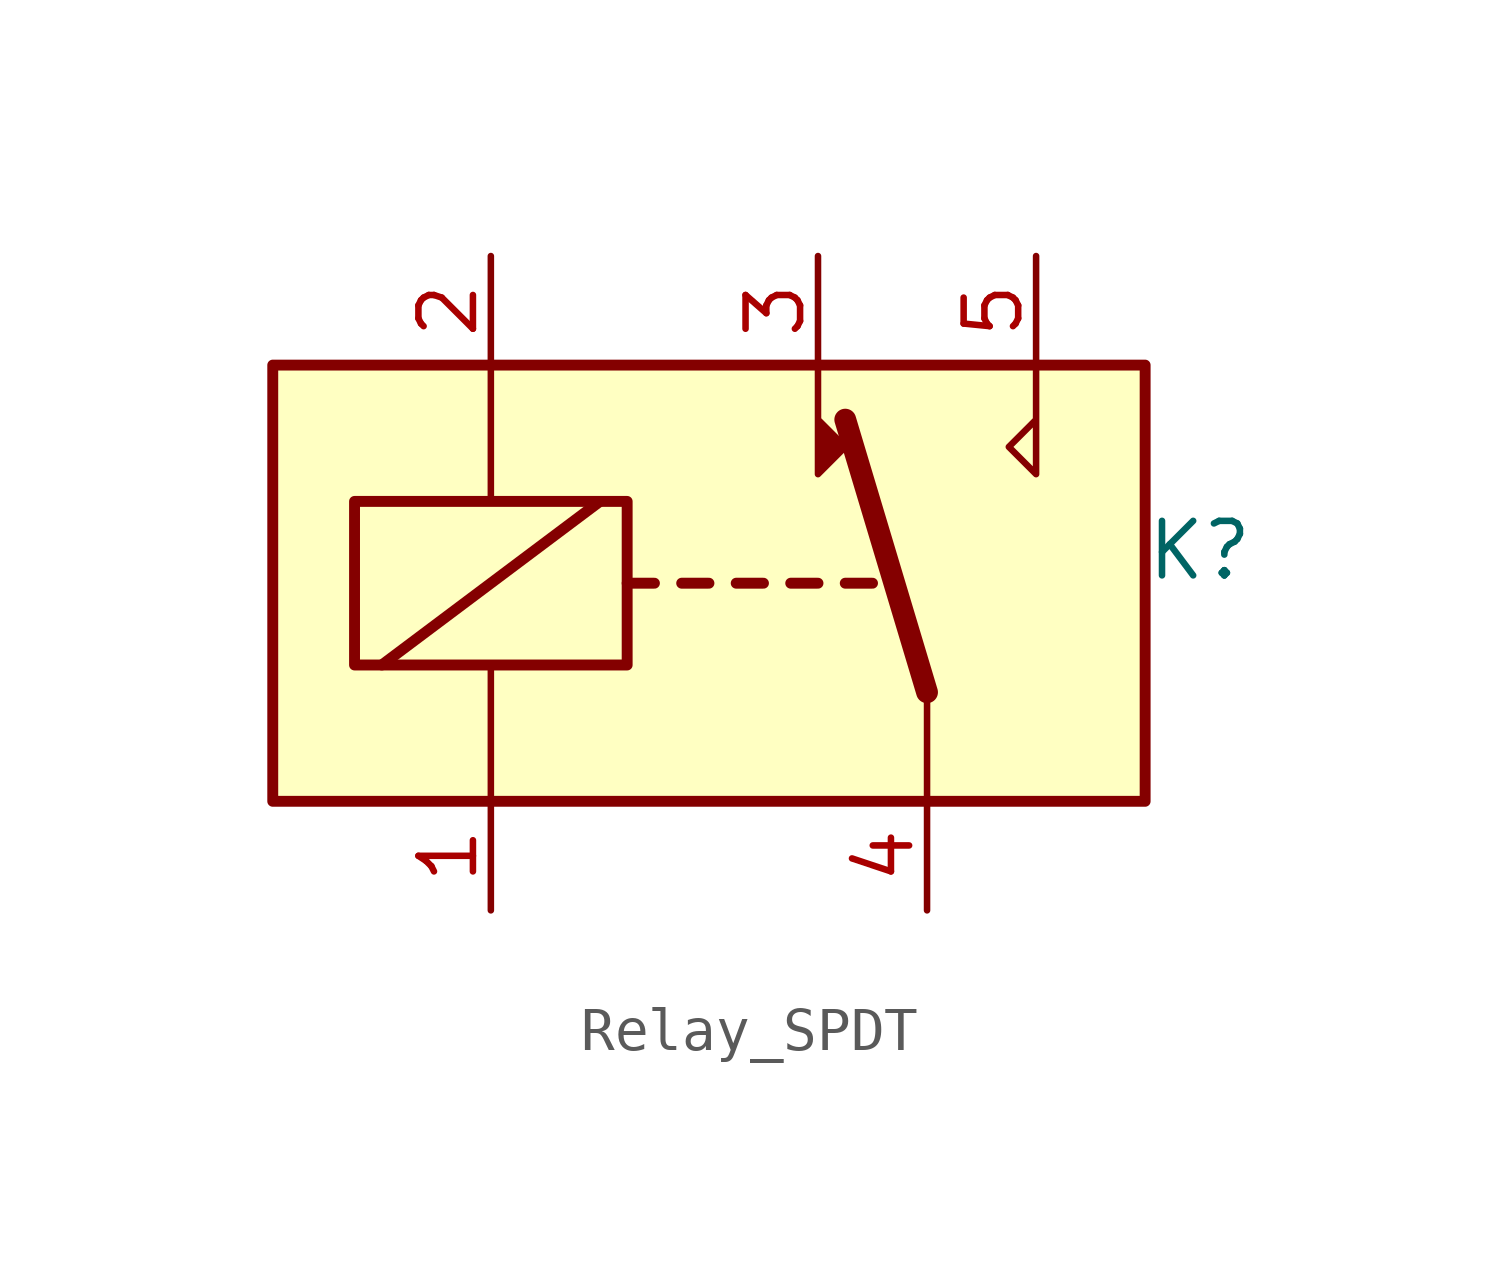
<source format=kicad_sym>
(kicad_symbol_lib
  (version 20241209)
  (generator "kicad_symbol_editor")
  (generator_version "9.0")
  (symbol "Relay_SPDT"
    (property "Reference" "K"
      (at 11.43 0.762 0)
      (effects (font (size 1.27 1.27))))
    (property "Value" ""
      (at 0 0 0)
      (effects (font (size 1.27 1.27))))
    (symbol "Relay_SPDT_0_0"
      (polyline (pts (xy 7.62 5.08) (xy 7.62 2.54) (xy 6.985 3.175) (xy 7.62 3.81)) (stroke (width 0) (type default)) (fill (type none))))
    (symbol "Relay_SPDT_0_1"
      (rectangle (start -10.16 5.08) (end 10.16 -5.08) (stroke (width 0.254) (type default)) (fill (type background)))
      (rectangle (start -8.255 1.905) (end -1.905 -1.905) (stroke (width 0.254) (type default)) (fill (type none)))
      (polyline (pts (xy -7.62 -1.905) (xy -2.54 1.905)) (stroke (width 0.254) (type default)) (fill (type none)))
      (polyline (pts (xy -5.08 5.08) (xy -5.08 1.905)) (stroke (width 0) (type default)) (fill (type none)))
      (polyline (pts (xy -5.08 -5.08) (xy -5.08 -1.905)) (stroke (width 0) (type default)) (fill (type none)))
      (polyline (pts (xy -1.905 0) (xy -1.27 0)) (stroke (width 0.254) (type default)) (fill (type none)))
      (polyline (pts (xy -0.635 0) (xy 0 0)) (stroke (width 0.254) (type default)) (fill (type none)))
      (polyline (pts (xy 0.635 0) (xy 1.27 0)) (stroke (width 0.254) (type default)) (fill (type none)))
      (polyline (pts (xy 1.905 0) (xy 2.54 0)) (stroke (width 0.254) (type default)) (fill (type none)))
      (polyline (pts (xy 2.54 5.08) (xy 2.54 2.54) (xy 3.175 3.175) (xy 2.54 3.81)) (stroke (width 0) (type default)) (fill (type outline)))
      (polyline (pts (xy 3.175 0) (xy 3.81 0)) (stroke (width 0.254) (type default)) (fill (type none)))
      (polyline (pts (xy 5.08 -2.54) (xy 3.175 3.81)) (stroke (width 0.508) (type default)) (fill (type none)))
      (polyline (pts (xy 5.08 -2.54) (xy 5.08 -5.08)) (stroke (width 0) (type default)) (fill (type none))))
    (symbol "Relay_SPDT_1_1"
      (pin input line (at -5.08 7.62 270) (length 2.54) (name "" (effects (font (size 1.27 1.27)))) (number "2" (effects (font (size 1.27 1.27)))))
      (pin input line (at -5.08 -7.62 90) (length 2.54) (name "" (effects (font (size 1.27 1.27)))) (number "1" (effects (font (size 1.27 1.27)))))
      (pin passive line (at 2.54 7.62 270) (length 2.54) (name "" (effects (font (size 1.27 1.27)))) (number "3" (effects (font (size 1.27 1.27)))))
      (pin passive line (at 5.08 -7.62 90) (length 2.54) (name "~" (effects (font (size 1.27 1.27)))) (number "4" (effects (font (size 1.27 1.27)))))
      (pin passive line (at 7.62 7.62 270) (length 2.54) (name "~" (effects (font (size 1.27 1.27)))) (number "5" (effects (font (size 1.27 1.27))))))))
</source>
